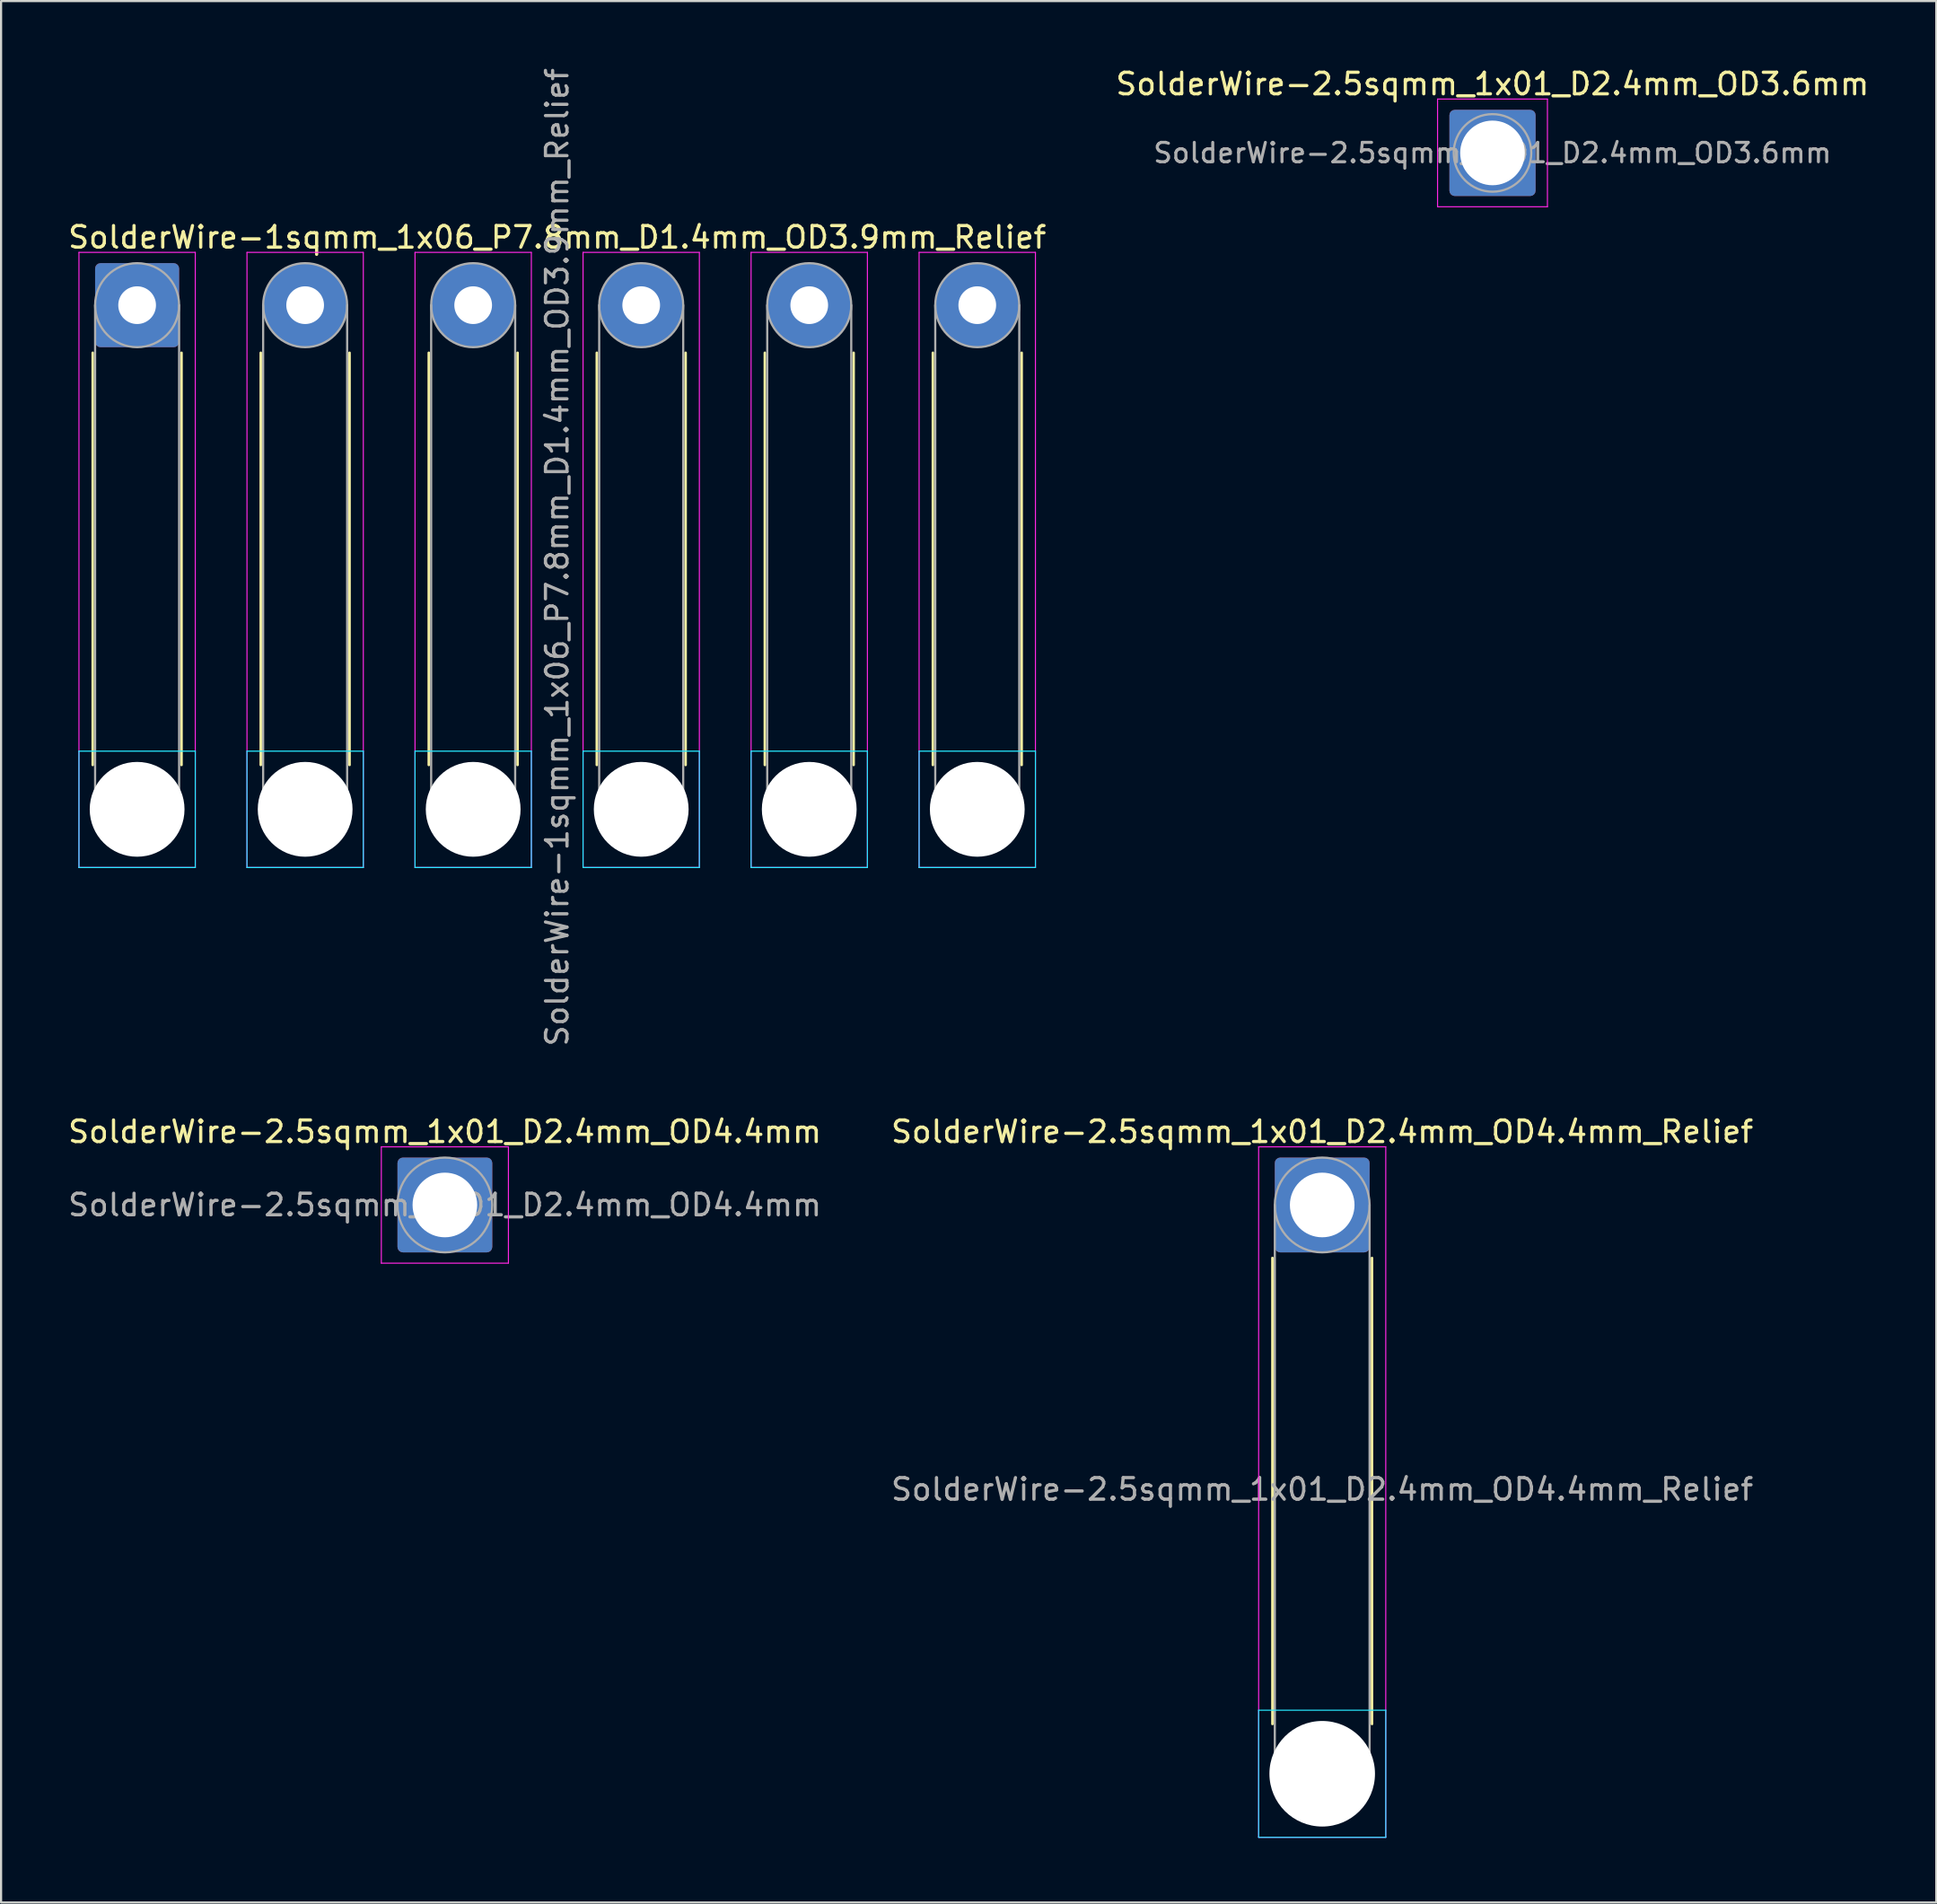
<source format=kicad_pcb>
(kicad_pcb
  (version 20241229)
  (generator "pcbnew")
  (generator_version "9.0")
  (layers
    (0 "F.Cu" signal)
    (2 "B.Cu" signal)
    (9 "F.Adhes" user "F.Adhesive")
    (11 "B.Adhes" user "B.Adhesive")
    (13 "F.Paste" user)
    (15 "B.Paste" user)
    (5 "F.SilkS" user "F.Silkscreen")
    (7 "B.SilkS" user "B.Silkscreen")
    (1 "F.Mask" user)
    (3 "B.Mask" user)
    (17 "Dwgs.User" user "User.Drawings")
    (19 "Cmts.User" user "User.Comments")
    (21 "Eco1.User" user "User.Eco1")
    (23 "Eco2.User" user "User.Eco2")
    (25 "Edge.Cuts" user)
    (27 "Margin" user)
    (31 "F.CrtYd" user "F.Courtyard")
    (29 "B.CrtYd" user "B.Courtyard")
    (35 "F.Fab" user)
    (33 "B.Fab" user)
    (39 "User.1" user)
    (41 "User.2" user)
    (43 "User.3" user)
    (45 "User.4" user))
  (footprint "SolderWire-2.5sqmm_1x01_D2.4mm_OD3.6mm"
    (layer "F.Cu")
    (at 66.232 4.048)
    (property "Reference" "SolderWire-2.5sqmm_1x01_D2.4mm_OD3.6mm" (at 0 -3.2 0) (layer "F.SilkS") (effects (font (size 1 1) (thickness 0.15))))
    (attr exclude_from_pos_files exclude_from_bom)
    (fp_line (start -2.55 -2.5) (end -2.55 2.5) (stroke (width 0.05) (type solid)) (layer "F.CrtYd"))
    (fp_line (start -2.55 2.5) (end 2.55 2.5) (stroke (width 0.05) (type solid)) (layer "F.CrtYd"))
    (fp_line (start 2.55 -2.5) (end -2.55 -2.5) (stroke (width 0.05) (type solid)) (layer "F.CrtYd"))
    (fp_line (start 2.55 2.5) (end 2.55 -2.5) (stroke (width 0.05) (type solid)) (layer "F.CrtYd"))
    (fp_circle (center 0 0) (end 1.8 0) (stroke (width 0.1) (type solid)) (fill no) (layer "F.Fab"))
    (fp_text user "${REFERENCE}" (at 0 0 0) (layer "F.Fab") (effects (font (size 0.9 0.9) (thickness 0.14))))
    (pad "1" thru_hole roundrect (at 0 0) (size 4 4) (drill 3) (layers "*.Cu" "*.Mask") (roundrect_rratio 0.062)))
  (footprint "SolderWire-2.5sqmm_1x01_D2.4mm_OD4.4mm_Relief"
    (layer "F.Cu")
    (at 58.327 52.879)
    (property "Reference" "SolderWire-2.5sqmm_1x01_D2.4mm_OD4.4mm_Relief" (at 0 -3.4 0) (layer "F.SilkS") (effects (font (size 1 1) (thickness 0.15))))
    (attr exclude_from_pos_files exclude_from_bom)
    (fp_line (start -2.31 2.46) (end -2.31 24.09) (stroke (width 0.12) (type solid)) (layer "F.SilkS"))
    (fp_line (start 2.31 2.46) (end 2.31 24.09) (stroke (width 0.12) (type solid)) (layer "F.SilkS"))
    (fp_line (start -2.95 23.45) (end -2.95 29.35) (stroke (width 0.05) (type solid)) (layer "B.CrtYd"))
    (fp_line (start -2.95 29.35) (end 2.95 29.35) (stroke (width 0.05) (type solid)) (layer "B.CrtYd"))
    (fp_line (start 2.95 23.45) (end -2.95 23.45) (stroke (width 0.05) (type solid)) (layer "B.CrtYd"))
    (fp_line (start 2.95 29.35) (end 2.95 23.45) (stroke (width 0.05) (type solid)) (layer "B.CrtYd"))
    (fp_line (start -2.95 -2.7) (end -2.95 29.35) (stroke (width 0.05) (type solid)) (layer "F.CrtYd"))
    (fp_line (start -2.95 29.35) (end 2.95 29.35) (stroke (width 0.05) (type solid)) (layer "F.CrtYd"))
    (fp_line (start 2.95 -2.7) (end -2.95 -2.7) (stroke (width 0.05) (type solid)) (layer "F.CrtYd"))
    (fp_line (start 2.95 29.35) (end 2.95 -2.7) (stroke (width 0.05) (type solid)) (layer "F.CrtYd"))
    (fp_line (start -2.2 0) (end -2.2 26.4) (stroke (width 0.1) (type solid)) (layer "F.Fab"))
    (fp_line (start 2.2 0) (end 2.2 26.4) (stroke (width 0.1) (type solid)) (layer "F.Fab"))
    (fp_circle (center 0 0) (end 2.2 0) (stroke (width 0.1) (type solid)) (fill no) (layer "F.Fab"))
    (fp_circle (center 0 26.4) (end 2.2 26.4) (stroke (width 0.1) (type solid)) (fill no) (layer "F.Fab"))
    (fp_text user "${REFERENCE}" (at 0 13.2 0) (layer "F.Fab") (effects (font (size 1 1) (thickness 0.15))))
    (pad "" np_thru_hole circle (at 0 26.4) (size 4.9 4.9) (drill 4.9) (layers "*.Cu" "*.Mask"))
    (pad "1" thru_hole roundrect (at 0 0) (size 4.4 4.4) (drill 3) (layers "*.Cu" "*.Mask") (roundrect_rratio 0.057)))
  (footprint "SolderWire-1sqmm_1x06_P7.8mm_D1.4mm_OD3.9mm_Relief"
    (layer "F.Cu")
    (at 3.315 11.115)
    (property "Reference" "SolderWire-1sqmm_1x06_P7.8mm_D1.4mm_OD3.9mm_Relief" (at 19.5 -3.15 0) (layer "F.SilkS") (effects (font (size 1 1) (thickness 0.15))))
    (attr exclude_from_pos_files exclude_from_bom)
    (fp_line (start -2.06 2.21) (end -2.06 21.34) (stroke (width 0.12) (type solid)) (layer "F.SilkS"))
    (fp_line (start 2.06 2.21) (end 2.06 21.34) (stroke (width 0.12) (type solid)) (layer "F.SilkS"))
    (fp_line (start 5.74 2.21) (end 5.74 21.34) (stroke (width 0.12) (type solid)) (layer "F.SilkS"))
    (fp_line (start 9.86 2.21) (end 9.86 21.34) (stroke (width 0.12) (type solid)) (layer "F.SilkS"))
    (fp_line (start 13.54 2.21) (end 13.54 21.34) (stroke (width 0.12) (type solid)) (layer "F.SilkS"))
    (fp_line (start 17.66 2.21) (end 17.66 21.34) (stroke (width 0.12) (type solid)) (layer "F.SilkS"))
    (fp_line (start 21.34 2.21) (end 21.34 21.34) (stroke (width 0.12) (type solid)) (layer "F.SilkS"))
    (fp_line (start 25.46 2.21) (end 25.46 21.34) (stroke (width 0.12) (type solid)) (layer "F.SilkS"))
    (fp_line (start 29.14 2.21) (end 29.14 21.34) (stroke (width 0.12) (type solid)) (layer "F.SilkS"))
    (fp_line (start 33.26 2.21) (end 33.26 21.34) (stroke (width 0.12) (type solid)) (layer "F.SilkS"))
    (fp_line (start 36.94 2.21) (end 36.94 21.34) (stroke (width 0.12) (type solid)) (layer "F.SilkS"))
    (fp_line (start 41.06 2.21) (end 41.06 21.34) (stroke (width 0.12) (type solid)) (layer "F.SilkS"))
    (fp_line (start -2.7 20.7) (end -2.7 26.1) (stroke (width 0.05) (type solid)) (layer "B.CrtYd"))
    (fp_line (start -2.7 26.1) (end 2.7 26.1) (stroke (width 0.05) (type solid)) (layer "B.CrtYd"))
    (fp_line (start 2.7 20.7) (end -2.7 20.7) (stroke (width 0.05) (type solid)) (layer "B.CrtYd"))
    (fp_line (start 2.7 26.1) (end 2.7 20.7) (stroke (width 0.05) (type solid)) (layer "B.CrtYd"))
    (fp_line (start 5.1 20.7) (end 5.1 26.1) (stroke (width 0.05) (type solid)) (layer "B.CrtYd"))
    (fp_line (start 5.1 26.1) (end 10.5 26.1) (stroke (width 0.05) (type solid)) (layer "B.CrtYd"))
    (fp_line (start 10.5 20.7) (end 5.1 20.7) (stroke (width 0.05) (type solid)) (layer "B.CrtYd"))
    (fp_line (start 10.5 26.1) (end 10.5 20.7) (stroke (width 0.05) (type solid)) (layer "B.CrtYd"))
    (fp_line (start 12.9 20.7) (end 12.9 26.1) (stroke (width 0.05) (type solid)) (layer "B.CrtYd"))
    (fp_line (start 12.9 26.1) (end 18.3 26.1) (stroke (width 0.05) (type solid)) (layer "B.CrtYd"))
    (fp_line (start 18.3 20.7) (end 12.9 20.7) (stroke (width 0.05) (type solid)) (layer "B.CrtYd"))
    (fp_line (start 18.3 26.1) (end 18.3 20.7) (stroke (width 0.05) (type solid)) (layer "B.CrtYd"))
    (fp_line (start 20.7 20.7) (end 20.7 26.1) (stroke (width 0.05) (type solid)) (layer "B.CrtYd"))
    (fp_line (start 20.7 26.1) (end 26.1 26.1) (stroke (width 0.05) (type solid)) (layer "B.CrtYd"))
    (fp_line (start 26.1 20.7) (end 20.7 20.7) (stroke (width 0.05) (type solid)) (layer "B.CrtYd"))
    (fp_line (start 26.1 26.1) (end 26.1 20.7) (stroke (width 0.05) (type solid)) (layer "B.CrtYd"))
    (fp_line (start 28.5 20.7) (end 28.5 26.1) (stroke (width 0.05) (type solid)) (layer "B.CrtYd"))
    (fp_line (start 28.5 26.1) (end 33.9 26.1) (stroke (width 0.05) (type solid)) (layer "B.CrtYd"))
    (fp_line (start 33.9 20.7) (end 28.5 20.7) (stroke (width 0.05) (type solid)) (layer "B.CrtYd"))
    (fp_line (start 33.9 26.1) (end 33.9 20.7) (stroke (width 0.05) (type solid)) (layer "B.CrtYd"))
    (fp_line (start 36.3 20.7) (end 36.3 26.1) (stroke (width 0.05) (type solid)) (layer "B.CrtYd"))
    (fp_line (start 36.3 26.1) (end 41.7 26.1) (stroke (width 0.05) (type solid)) (layer "B.CrtYd"))
    (fp_line (start 41.7 20.7) (end 36.3 20.7) (stroke (width 0.05) (type solid)) (layer "B.CrtYd"))
    (fp_line (start 41.7 26.1) (end 41.7 20.7) (stroke (width 0.05) (type solid)) (layer "B.CrtYd"))
    (fp_line (start -2.7 -2.45) (end -2.7 26.1) (stroke (width 0.05) (type solid)) (layer "F.CrtYd"))
    (fp_line (start -2.7 26.1) (end 2.7 26.1) (stroke (width 0.05) (type solid)) (layer "F.CrtYd"))
    (fp_line (start 2.7 -2.45) (end -2.7 -2.45) (stroke (width 0.05) (type solid)) (layer "F.CrtYd"))
    (fp_line (start 2.7 26.1) (end 2.7 -2.45) (stroke (width 0.05) (type solid)) (layer "F.CrtYd"))
    (fp_line (start 5.1 -2.45) (end 5.1 26.1) (stroke (width 0.05) (type solid)) (layer "F.CrtYd"))
    (fp_line (start 5.1 26.1) (end 10.5 26.1) (stroke (width 0.05) (type solid)) (layer "F.CrtYd"))
    (fp_line (start 10.5 -2.45) (end 5.1 -2.45) (stroke (width 0.05) (type solid)) (layer "F.CrtYd"))
    (fp_line (start 10.5 26.1) (end 10.5 -2.45) (stroke (width 0.05) (type solid)) (layer "F.CrtYd"))
    (fp_line (start 12.9 -2.45) (end 12.9 26.1) (stroke (width 0.05) (type solid)) (layer "F.CrtYd"))
    (fp_line (start 12.9 26.1) (end 18.3 26.1) (stroke (width 0.05) (type solid)) (layer "F.CrtYd"))
    (fp_line (start 18.3 -2.45) (end 12.9 -2.45) (stroke (width 0.05) (type solid)) (layer "F.CrtYd"))
    (fp_line (start 18.3 26.1) (end 18.3 -2.45) (stroke (width 0.05) (type solid)) (layer "F.CrtYd"))
    (fp_line (start 20.7 -2.45) (end 20.7 26.1) (stroke (width 0.05) (type solid)) (layer "F.CrtYd"))
    (fp_line (start 20.7 26.1) (end 26.1 26.1) (stroke (width 0.05) (type solid)) (layer "F.CrtYd"))
    (fp_line (start 26.1 -2.45) (end 20.7 -2.45) (stroke (width 0.05) (type solid)) (layer "F.CrtYd"))
    (fp_line (start 26.1 26.1) (end 26.1 -2.45) (stroke (width 0.05) (type solid)) (layer "F.CrtYd"))
    (fp_line (start 28.5 -2.45) (end 28.5 26.1) (stroke (width 0.05) (type solid)) (layer "F.CrtYd"))
    (fp_line (start 28.5 26.1) (end 33.9 26.1) (stroke (width 0.05) (type solid)) (layer "F.CrtYd"))
    (fp_line (start 33.9 -2.45) (end 28.5 -2.45) (stroke (width 0.05) (type solid)) (layer "F.CrtYd"))
    (fp_line (start 33.9 26.1) (end 33.9 -2.45) (stroke (width 0.05) (type solid)) (layer "F.CrtYd"))
    (fp_line (start 36.3 -2.45) (end 36.3 26.1) (stroke (width 0.05) (type solid)) (layer "F.CrtYd"))
    (fp_line (start 36.3 26.1) (end 41.7 26.1) (stroke (width 0.05) (type solid)) (layer "F.CrtYd"))
    (fp_line (start 41.7 -2.45) (end 36.3 -2.45) (stroke (width 0.05) (type solid)) (layer "F.CrtYd"))
    (fp_line (start 41.7 26.1) (end 41.7 -2.45) (stroke (width 0.05) (type solid)) (layer "F.CrtYd"))
    (fp_line (start -1.95 0) (end -1.95 23.4) (stroke (width 0.1) (type solid)) (layer "F.Fab"))
    (fp_line (start 1.95 0) (end 1.95 23.4) (stroke (width 0.1) (type solid)) (layer "F.Fab"))
    (fp_line (start 5.85 0) (end 5.85 23.4) (stroke (width 0.1) (type solid)) (layer "F.Fab"))
    (fp_line (start 9.75 0) (end 9.75 23.4) (stroke (width 0.1) (type solid)) (layer "F.Fab"))
    (fp_line (start 13.65 0) (end 13.65 23.4) (stroke (width 0.1) (type solid)) (layer "F.Fab"))
    (fp_line (start 17.55 0) (end 17.55 23.4) (stroke (width 0.1) (type solid)) (layer "F.Fab"))
    (fp_line (start 21.45 0) (end 21.45 23.4) (stroke (width 0.1) (type solid)) (layer "F.Fab"))
    (fp_line (start 25.35 0) (end 25.35 23.4) (stroke (width 0.1) (type solid)) (layer "F.Fab"))
    (fp_line (start 29.25 0) (end 29.25 23.4) (stroke (width 0.1) (type solid)) (layer "F.Fab"))
    (fp_line (start 33.15 0) (end 33.15 23.4) (stroke (width 0.1) (type solid)) (layer "F.Fab"))
    (fp_line (start 37.05 0) (end 37.05 23.4) (stroke (width 0.1) (type solid)) (layer "F.Fab"))
    (fp_line (start 40.95 0) (end 40.95 23.4) (stroke (width 0.1) (type solid)) (layer "F.Fab"))
    (fp_circle (center 0 0) (end 1.95 0) (stroke (width 0.1) (type solid)) (fill no) (layer "F.Fab"))
    (fp_circle (center 0 23.4) (end 1.95 23.4) (stroke (width 0.1) (type solid)) (fill no) (layer "F.Fab"))
    (fp_circle (center 7.8 0) (end 9.75 0) (stroke (width 0.1) (type solid)) (fill no) (layer "F.Fab"))
    (fp_circle (center 7.8 23.4) (end 9.75 23.4) (stroke (width 0.1) (type solid)) (fill no) (layer "F.Fab"))
    (fp_circle (center 15.6 0) (end 17.55 0) (stroke (width 0.1) (type solid)) (fill no) (layer "F.Fab"))
    (fp_circle (center 15.6 23.4) (end 17.55 23.4) (stroke (width 0.1) (type solid)) (fill no) (layer "F.Fab"))
    (fp_circle (center 23.4 0) (end 25.35 0) (stroke (width 0.1) (type solid)) (fill no) (layer "F.Fab"))
    (fp_circle (center 23.4 23.4) (end 25.35 23.4) (stroke (width 0.1) (type solid)) (fill no) (layer "F.Fab"))
    (fp_circle (center 31.2 0) (end 33.15 0) (stroke (width 0.1) (type solid)) (fill no) (layer "F.Fab"))
    (fp_circle (center 31.2 23.4) (end 33.15 23.4) (stroke (width 0.1) (type solid)) (fill no) (layer "F.Fab"))
    (fp_circle (center 39 0) (end 40.95 0) (stroke (width 0.1) (type solid)) (fill no) (layer "F.Fab"))
    (fp_circle (center 39 23.4) (end 40.95 23.4) (stroke (width 0.1) (type solid)) (fill no) (layer "F.Fab"))
    (fp_text user "${REFERENCE}" (at 19.5 11.7 90) (layer "F.Fab") (effects (font (size 1 1) (thickness 0.15))))
    (pad "" np_thru_hole circle (at 0 23.4) (size 4.4 4.4) (drill 4.4) (layers "*.Cu" "*.Mask"))
    (pad "" np_thru_hole circle (at 7.8 23.4) (size 4.4 4.4) (drill 4.4) (layers "*.Cu" "*.Mask"))
    (pad "" np_thru_hole circle (at 15.6 23.4) (size 4.4 4.4) (drill 4.4) (layers "*.Cu" "*.Mask"))
    (pad "" np_thru_hole circle (at 23.4 23.4) (size 4.4 4.4) (drill 4.4) (layers "*.Cu" "*.Mask"))
    (pad "" np_thru_hole circle (at 31.2 23.4) (size 4.4 4.4) (drill 4.4) (layers "*.Cu" "*.Mask"))
    (pad "" np_thru_hole circle (at 39 23.4) (size 4.4 4.4) (drill 4.4) (layers "*.Cu" "*.Mask"))
    (pad "1" thru_hole roundrect (at 0 0) (size 3.9 3.9) (drill 1.75) (layers "*.Cu" "*.Mask") (roundrect_rratio 0.064))
    (pad "2" thru_hole circle (at 7.8 0) (size 3.9 3.9) (drill 1.75) (layers "*.Cu" "*.Mask"))
    (pad "3" thru_hole circle (at 15.6 0) (size 3.9 3.9) (drill 1.75) (layers "*.Cu" "*.Mask"))
    (pad "4" thru_hole circle (at 23.4 0) (size 3.9 3.9) (drill 1.75) (layers "*.Cu" "*.Mask"))
    (pad "5" thru_hole circle (at 31.2 0) (size 3.9 3.9) (drill 1.75) (layers "*.Cu" "*.Mask"))
    (pad "6" thru_hole circle (at 39 0) (size 3.9 3.9) (drill 1.75) (layers "*.Cu" "*.Mask")))
  (footprint "SolderWire-2.5sqmm_1x01_D2.4mm_OD4.4mm"
    (layer "F.Cu")
    (at 17.601 52.879)
    (property "Reference" "SolderWire-2.5sqmm_1x01_D2.4mm_OD4.4mm" (at 0 -3.4 0) (layer "F.SilkS") (effects (font (size 1 1) (thickness 0.15))))
    (attr exclude_from_pos_files exclude_from_bom)
    (fp_line (start -2.95 -2.7) (end -2.95 2.7) (stroke (width 0.05) (type solid)) (layer "F.CrtYd"))
    (fp_line (start -2.95 2.7) (end 2.95 2.7) (stroke (width 0.05) (type solid)) (layer "F.CrtYd"))
    (fp_line (start 2.95 -2.7) (end -2.95 -2.7) (stroke (width 0.05) (type solid)) (layer "F.CrtYd"))
    (fp_line (start 2.95 2.7) (end 2.95 -2.7) (stroke (width 0.05) (type solid)) (layer "F.CrtYd"))
    (fp_circle (center 0 0) (end 2.2 0) (stroke (width 0.1) (type solid)) (fill no) (layer "F.Fab"))
    (fp_text user "${REFERENCE}" (at 0 0 0) (layer "F.Fab") (effects (font (size 1 1) (thickness 0.15))))
    (pad "1" thru_hole roundrect (at 0 0) (size 4.4 4.4) (drill 3) (layers "*.Cu" "*.Mask") (roundrect_rratio 0.057)))
  (gr_rect
    (start -3 -3)
    (end 86.833 85.254)
    (stroke (width 0.1) (type default))
    (fill no)
    (layer "Edge.Cuts")))
</source>
